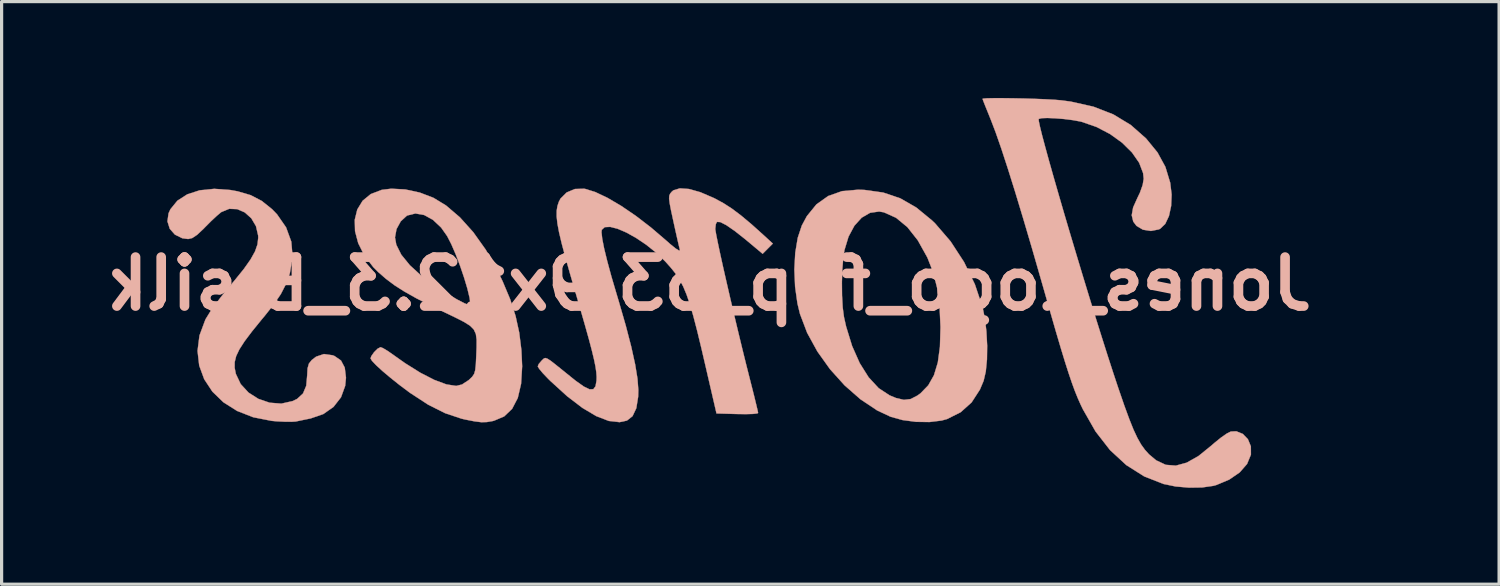
<source format=kicad_pcb>
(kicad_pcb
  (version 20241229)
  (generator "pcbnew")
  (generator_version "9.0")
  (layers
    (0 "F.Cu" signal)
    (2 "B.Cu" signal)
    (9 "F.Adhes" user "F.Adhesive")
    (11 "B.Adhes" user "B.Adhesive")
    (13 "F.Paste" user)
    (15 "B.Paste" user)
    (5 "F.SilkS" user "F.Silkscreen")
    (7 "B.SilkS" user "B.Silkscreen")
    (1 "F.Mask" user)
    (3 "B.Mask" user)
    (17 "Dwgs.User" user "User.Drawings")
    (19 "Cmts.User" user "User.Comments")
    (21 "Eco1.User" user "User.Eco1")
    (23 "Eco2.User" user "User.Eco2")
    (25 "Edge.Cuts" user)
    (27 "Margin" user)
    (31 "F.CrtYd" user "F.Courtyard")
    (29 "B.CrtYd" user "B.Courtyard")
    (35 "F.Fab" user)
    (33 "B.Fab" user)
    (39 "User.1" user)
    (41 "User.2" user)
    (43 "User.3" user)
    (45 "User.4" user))
  (footprint "Jones_logo_flip_33.9x12.3_B.silk"
    (layer "F.Cu")
    (at 40.357 4.262)
    (property "Reference" "Jones_logo_flip_33.9x12.3_B.silk" (at -21.336 1.524 180) (layer "B.SilkS") (effects (font (size 1.524 1.524) (thickness 0.3)) (justify mirror)))
    (attr through_hole)
    (fp_poly (pts (xy -17.201 -1.363) (xy -17.632 -1.211) (xy -17.997 -0.951) (xy -18.296 -0.583) (xy -18.452 -0.292) (xy -18.579 0.091) (xy -18.656 0.557) (xy -18.684 1.075) (xy -18.661 1.611) (xy -18.588 2.132) (xy -18.509 2.458) (xy -18.286 3.046) (xy -17.968 3.626) (xy -17.574 4.178) (xy -17.121 4.681) (xy -16.628 5.114) (xy -16.112 5.459) (xy -15.692 5.657) (xy -15.319 5.761) (xy -14.899 5.817) (xy -14.478 5.823) (xy -14.102 5.777) (xy -13.931 5.73) (xy -13.508 5.518) (xy -13.168 5.213) (xy -12.908 4.812) (xy -12.793 4.539) (xy -12.726 4.251) (xy -12.689 3.875) (xy -12.683 3.446) (xy -12.707 3) (xy -12.72 2.889) (xy -14.136 2.889) (xy -14.153 3.483) (xy -14.219 3.971) (xy -14.339 4.366) (xy -14.516 4.68) (xy -14.755 4.927) (xy -14.854 4.999) (xy -15.065 5.108) (xy -15.275 5.133) (xy -15.522 5.075) (xy -15.721 4.992) (xy -16.061 4.768) (xy -16.373 4.43) (xy -16.65 3.989) (xy -16.886 3.458) (xy -17.074 2.848) (xy -17.14 2.553) (xy -17.179 2.26) (xy -17.2 1.885) (xy -17.204 1.47) (xy -17.19 1.059) (xy -17.16 0.694) (xy -17.125 0.473) (xy -16.998 0.054) (xy -16.816 -0.286) (xy -16.589 -0.537) (xy -16.328 -0.689) (xy -16.046 -0.729) (xy -15.898 -0.704) (xy -15.519 -0.534) (xy -15.166 -0.243) (xy -14.842 0.168) (xy -14.549 0.694) (xy -14.54 0.713) (xy -14.362 1.166) (xy -14.239 1.656) (xy -14.165 2.211) (xy -14.136 2.858) (xy -14.136 2.889) (xy -12.72 2.889) (xy -12.76 2.571) (xy -12.825 2.254) (xy -13.065 1.537) (xy -13.403 0.842) (xy -13.821 0.201) (xy -14.301 -0.357) (xy -14.4 -0.452) (xy -14.89 -0.854) (xy -15.388 -1.14) (xy -15.918 -1.319) (xy -16.503 -1.401) (xy -16.701 -1.408) (xy -17.201 -1.363)) (stroke (width 0.01) (type solid)) (fill yes) (layer "B.SilkS"))
    (fp_poly (pts (xy -37.191 -1.389) (xy -37.578 -1.264) (xy -37.887 -1.065) (xy -38.104 -0.798) (xy -38.161 -0.673) (xy -38.196 -0.423) (xy -38.124 -0.193) (xy -37.963 -0.01) (xy -37.733 0.103) (xy -37.551 0.127) (xy -37.424 0.097) (xy -37.272 -0.004) (xy -37.072 -0.191) (xy -37.027 -0.238) (xy -36.837 -0.429) (xy -36.659 -0.595) (xy -36.528 -0.705) (xy -36.515 -0.714) (xy -36.273 -0.813) (xy -36.023 -0.803) (xy -35.787 -0.7) (xy -35.585 -0.518) (xy -35.44 -0.273) (xy -35.372 0.021) (xy -35.37 0.09) (xy -35.393 0.293) (xy -35.469 0.512) (xy -35.608 0.762) (xy -35.819 1.061) (xy -36.112 1.423) (xy -36.225 1.556) (xy -36.462 1.843) (xy -36.686 2.136) (xy -36.873 2.402) (xy -37.002 2.612) (xy -37.018 2.643) (xy -37.199 3.131) (xy -37.259 3.608) (xy -37.207 4.066) (xy -37.051 4.491) (xy -36.797 4.876) (xy -36.454 5.208) (xy -36.027 5.478) (xy -35.526 5.674) (xy -34.957 5.786) (xy -34.798 5.801) (xy -34.548 5.813) (xy -34.335 5.815) (xy -34.202 5.807) (xy -34.195 5.805) (xy -34.06 5.777) (xy -33.858 5.735) (xy -33.739 5.711) (xy -33.345 5.575) (xy -33.026 5.351) (xy -32.794 5.053) (xy -32.664 4.697) (xy -32.639 4.445) (xy -32.677 4.13) (xy -32.794 3.908) (xy -32.998 3.767) (xy -33.056 3.745) (xy -33.325 3.707) (xy -33.567 3.788) (xy -33.703 3.892) (xy -33.792 4.003) (xy -33.835 4.153) (xy -33.846 4.364) (xy -33.876 4.696) (xy -33.977 4.935) (xy -34.158 5.102) (xy -34.302 5.172) (xy -34.651 5.25) (xy -35.014 5.222) (xy -35.364 5.103) (xy -35.673 4.906) (xy -35.916 4.642) (xy -36.066 4.326) (xy -36.068 4.319) (xy -36.104 4.134) (xy -36.103 3.957) (xy -36.057 3.771) (xy -35.957 3.561) (xy -35.796 3.311) (xy -35.565 3.004) (xy -35.258 2.626) (xy -35.166 2.516) (xy -34.879 2.155) (xy -34.668 1.843) (xy -34.516 1.549) (xy -34.401 1.238) (xy -34.384 1.179) (xy -34.3 0.683) (xy -34.341 0.209) (xy -34.503 -0.235) (xy -34.785 -0.642) (xy -34.94 -0.802) (xy -35.261 -1.059) (xy -35.604 -1.238) (xy -36.01 -1.357) (xy -36.235 -1.398) (xy -36.738 -1.435) (xy -37.191 -1.389)) (stroke (width 0.01) (type solid)) (fill yes) (layer "B.SilkS"))
    (fp_poly (pts (xy -31.526 -1.403) (xy -31.866 -1.273) (xy -32.121 -1.064) (xy -32.287 -0.792) (xy -32.366 -0.471) (xy -32.357 -0.117) (xy -32.258 0.257) (xy -32.07 0.634) (xy -31.791 1) (xy -31.634 1.158) (xy -31.395 1.366) (xy -31.133 1.563) (xy -30.826 1.759) (xy -30.455 1.968) (xy -30 2.201) (xy -29.609 2.391) (xy -29.239 2.568) (xy -28.968 2.706) (xy -28.78 2.824) (xy -28.661 2.943) (xy -28.597 3.081) (xy -28.573 3.257) (xy -28.574 3.492) (xy -28.584 3.75) (xy -28.597 4.026) (xy -28.616 4.207) (xy -28.651 4.326) (xy -28.712 4.416) (xy -28.809 4.509) (xy -28.814 4.514) (xy -29.028 4.655) (xy -29.209 4.699) (xy -29.512 4.652) (xy -29.886 4.514) (xy -30.321 4.291) (xy -30.805 3.988) (xy -31.154 3.741) (xy -31.337 3.613) (xy -31.485 3.524) (xy -31.562 3.493) (xy -31.654 3.54) (xy -31.764 3.649) (xy -31.851 3.773) (xy -31.875 3.843) (xy -31.828 3.921) (xy -31.696 4.059) (xy -31.498 4.24) (xy -31.251 4.448) (xy -30.974 4.669) (xy -30.683 4.887) (xy -30.641 4.918) (xy -30.078 5.285) (xy -29.553 5.548) (xy -29.044 5.718) (xy -28.924 5.746) (xy -28.636 5.802) (xy -28.428 5.828) (xy -28.257 5.824) (xy -28.08 5.794) (xy -28.034 5.783) (xy -27.715 5.648) (xy -27.468 5.412) (xy -27.292 5.074) (xy -27.189 4.633) (xy -27.156 4.088) (xy -27.179 3.588) (xy -27.247 3.041) (xy -27.36 2.524) (xy -27.476 2.164) (xy -28.765 2.164) (xy -28.815 2.178) (xy -28.956 2.125) (xy -29.176 2.011) (xy -29.462 1.842) (xy -29.803 1.626) (xy -29.813 1.62) (xy -30.281 1.281) (xy -30.651 0.943) (xy -30.918 0.615) (xy -31.073 0.305) (xy -31.114 0.077) (xy -31.066 -0.183) (xy -30.935 -0.423) (xy -30.75 -0.594) (xy -30.729 -0.606) (xy -30.478 -0.668) (xy -30.206 -0.62) (xy -29.933 -0.47) (xy -29.677 -0.229) (xy -29.49 0.036) (xy -29.361 0.287) (xy -29.223 0.606) (xy -29.087 0.963) (xy -28.963 1.328) (xy -28.861 1.669) (xy -28.792 1.957) (xy -28.766 2.161) (xy -28.765 2.164) (xy -27.476 2.164) (xy -27.528 2.004) (xy -27.763 1.445) (xy -27.948 1.06) (xy -28.29 0.458) (xy -28.676 -0.084) (xy -29.093 -0.548) (xy -29.525 -0.917) (xy -29.919 -1.157) (xy -30.344 -1.319) (xy -30.795 -1.416) (xy -31.23 -1.439) (xy -31.526 -1.403)) (stroke (width 0.01) (type solid)) (fill yes) (layer "B.SilkS"))
    (fp_poly (pts (xy -12.474 -4.257) (xy -12.686 -4.253) (xy -12.807 -4.243) (xy -12.827 -4.236) (xy -12.805 -4.173) (xy -12.744 -4.018) (xy -12.654 -3.796) (xy -12.57 -3.588) (xy -12.422 -3.201) (xy -12.245 -2.694) (xy -12.041 -2.07) (xy -11.81 -1.333) (xy -11.554 -0.486) (xy -11.273 0.466) (xy -10.969 1.522) (xy -10.923 1.683) (xy -10.718 2.4) (xy -10.543 3.008) (xy -10.392 3.519) (xy -10.262 3.946) (xy -10.148 4.302) (xy -10.047 4.6) (xy -9.955 4.852) (xy -9.866 5.072) (xy -9.777 5.273) (xy -9.705 5.423) (xy -9.31 6.116) (xy -8.859 6.696) (xy -8.353 7.163) (xy -7.794 7.516) (xy -7.195 7.751) (xy -6.816 7.829) (xy -6.399 7.865) (xy -5.993 7.859) (xy -5.644 7.809) (xy -5.556 7.785) (xy -5.15 7.615) (xy -4.824 7.391) (xy -4.594 7.128) (xy -4.475 6.839) (xy -4.474 6.833) (xy -4.476 6.579) (xy -4.568 6.357) (xy -4.726 6.193) (xy -4.929 6.111) (xy -5.1 6.119) (xy -5.223 6.18) (xy -5.405 6.307) (xy -5.614 6.476) (xy -5.699 6.551) (xy -6.104 6.879) (xy -6.473 7.088) (xy -6.811 7.18) (xy -7.125 7.155) (xy -7.423 7.015) (xy -7.646 6.828) (xy -7.774 6.686) (xy -7.892 6.522) (xy -8.007 6.319) (xy -8.128 6.061) (xy -8.26 5.732) (xy -8.413 5.315) (xy -8.593 4.793) (xy -8.61 4.743) (xy -8.764 4.279) (xy -8.934 3.755) (xy -9.116 3.182) (xy -9.308 2.571) (xy -9.505 1.934) (xy -9.704 1.282) (xy -9.902 0.626) (xy -10.096 -0.022) (xy -10.282 -0.651) (xy -10.456 -1.248) (xy -10.616 -1.804) (xy -10.758 -2.306) (xy -10.878 -2.743) (xy -10.974 -3.103) (xy -11.041 -3.375) (xy -11.077 -3.548) (xy -11.08 -3.61) (xy -10.989 -3.634) (xy -10.806 -3.64) (xy -10.562 -3.63) (xy -10.289 -3.608) (xy -10.021 -3.574) (xy -9.79 -3.532) (xy -9.74 -3.52) (xy -9.281 -3.361) (xy -8.856 -3.139) (xy -8.483 -2.87) (xy -8.176 -2.567) (xy -7.953 -2.247) (xy -7.83 -1.925) (xy -7.811 -1.748) (xy -7.843 -1.556) (xy -7.929 -1.314) (xy -8.001 -1.165) (xy -8.14 -0.856) (xy -8.184 -0.613) (xy -8.136 -0.415) (xy -8.036 -0.283) (xy -7.835 -0.163) (xy -7.586 -0.124) (xy -7.342 -0.172) (xy -7.299 -0.192) (xy -7.141 -0.343) (xy -7.025 -0.589) (xy -6.957 -0.903) (xy -6.942 -1.258) (xy -6.986 -1.624) (xy -7.136 -2.118) (xy -7.382 -2.568) (xy -7.738 -3.003) (xy -7.739 -3.004) (xy -8.214 -3.423) (xy -8.756 -3.751) (xy -9.375 -3.992) (xy -10.081 -4.15) (xy -10.382 -4.19) (xy -10.585 -4.207) (xy -10.858 -4.222) (xy -11.178 -4.235) (xy -11.523 -4.246) (xy -11.869 -4.253) (xy -12.194 -4.257) (xy -12.474 -4.257)) (stroke (width 0.01) (type solid)) (fill yes) (layer "B.SilkS"))
    (fp_poly (pts (xy -22.45 -1.388) (xy -22.502 -1.343) (xy -22.55 -1.284) (xy -22.577 -1.22) (xy -22.582 -1.125) (xy -22.563 -0.978) (xy -22.52 -0.755) (xy -22.45 -0.431) (xy -22.382 -0.122) (xy -22.321 0.15) (xy -22.273 0.357) (xy -22.245 0.469) (xy -22.245 0.472) (xy -22.27 0.488) (xy -22.375 0.424) (xy -22.546 0.286) (xy -22.684 0.164) (xy -23.149 -0.234) (xy -23.618 -0.594) (xy -24.075 -0.905) (xy -24.502 -1.156) (xy -24.882 -1.336) (xy -25.195 -1.433) (xy -25.222 -1.438) (xy -25.513 -1.43) (xy -25.771 -1.322) (xy -25.963 -1.13) (xy -26.013 -1.034) (xy -26.057 -0.902) (xy -26.081 -0.753) (xy -26.082 -0.575) (xy -26.058 -0.354) (xy -26.006 -0.076) (xy -25.923 0.273) (xy -25.807 0.706) (xy -25.657 1.237) (xy -25.536 1.651) (xy -25.35 2.289) (xy -25.198 2.818) (xy -25.077 3.25) (xy -24.985 3.6) (xy -24.918 3.879) (xy -24.873 4.099) (xy -24.848 4.274) (xy -24.838 4.416) (xy -24.841 4.532) (xy -24.872 4.71) (xy -24.941 4.801) (xy -25.059 4.805) (xy -25.236 4.719) (xy -25.484 4.543) (xy -25.623 4.432) (xy -25.92 4.192) (xy -26.133 4.021) (xy -26.278 3.909) (xy -26.373 3.849) (xy -26.434 3.83) (xy -26.476 3.843) (xy -26.516 3.879) (xy -26.546 3.908) (xy -26.64 4.017) (xy -26.67 4.092) (xy -26.627 4.165) (xy -26.513 4.302) (xy -26.348 4.475) (xy -26.273 4.549) (xy -25.757 5.019) (xy -25.28 5.383) (xy -24.847 5.64) (xy -24.46 5.789) (xy -24.124 5.827) (xy -23.895 5.778) (xy -23.72 5.64) (xy -23.603 5.392) (xy -23.546 5.038) (xy -23.54 4.826) (xy -23.566 4.477) (xy -23.639 4.03) (xy -23.76 3.481) (xy -23.93 2.825) (xy -24.151 2.059) (xy -24.217 1.839) (xy -24.378 1.294) (xy -24.507 0.818) (xy -24.604 0.423) (xy -24.664 0.118) (xy -24.686 -0.085) (xy -24.678 -0.159) (xy -24.586 -0.243) (xy -24.415 -0.251) (xy -24.184 -0.192) (xy -23.909 -0.074) (xy -23.607 0.095) (xy -23.295 0.305) (xy -22.99 0.549) (xy -22.709 0.818) (xy -22.693 0.835) (xy -22.526 1.022) (xy -22.382 1.202) (xy -22.257 1.392) (xy -22.144 1.604) (xy -22.039 1.855) (xy -21.935 2.158) (xy -21.827 2.529) (xy -21.709 2.982) (xy -21.576 3.532) (xy -21.444 4.099) (xy -21.107 5.556) (xy -20.459 5.574) (xy -20.19 5.577) (xy -19.976 5.571) (xy -19.843 5.556) (xy -19.812 5.541) (xy -19.827 5.465) (xy -19.869 5.288) (xy -19.931 5.032) (xy -20.01 4.719) (xy -20.064 4.507) (xy -20.179 4.052) (xy -20.302 3.555) (xy -20.428 3.034) (xy -20.555 2.502) (xy -20.678 1.977) (xy -20.794 1.474) (xy -20.9 1.008) (xy -20.991 0.596) (xy -21.064 0.253) (xy -21.116 -0.005) (xy -21.143 -0.163) (xy -21.145 -0.196) (xy -21.128 -0.337) (xy -21.092 -0.406) (xy -20.987 -0.4) (xy -20.8 -0.304) (xy -20.537 -0.122) (xy -20.204 0.141) (xy -20.155 0.182) (xy -19.671 0.587) (xy -19.354 0.269) (xy -19.631 0.015) (xy -20.018 -0.333) (xy -20.343 -0.605) (xy -20.626 -0.818) (xy -20.891 -0.989) (xy -21.16 -1.135) (xy -21.191 -1.15) (xy -21.609 -1.33) (xy -21.965 -1.43) (xy -22.248 -1.45) (xy -22.45 -1.388)) (stroke (width 0.01) (type solid)) (fill yes) (layer "B.SilkS")))
  (gr_rect
    (start -3 -3)
    (end 43.607 15.132)
    (stroke (width 0.1) (type default))
    (fill no)
    (layer "Edge.Cuts")))
</source>
